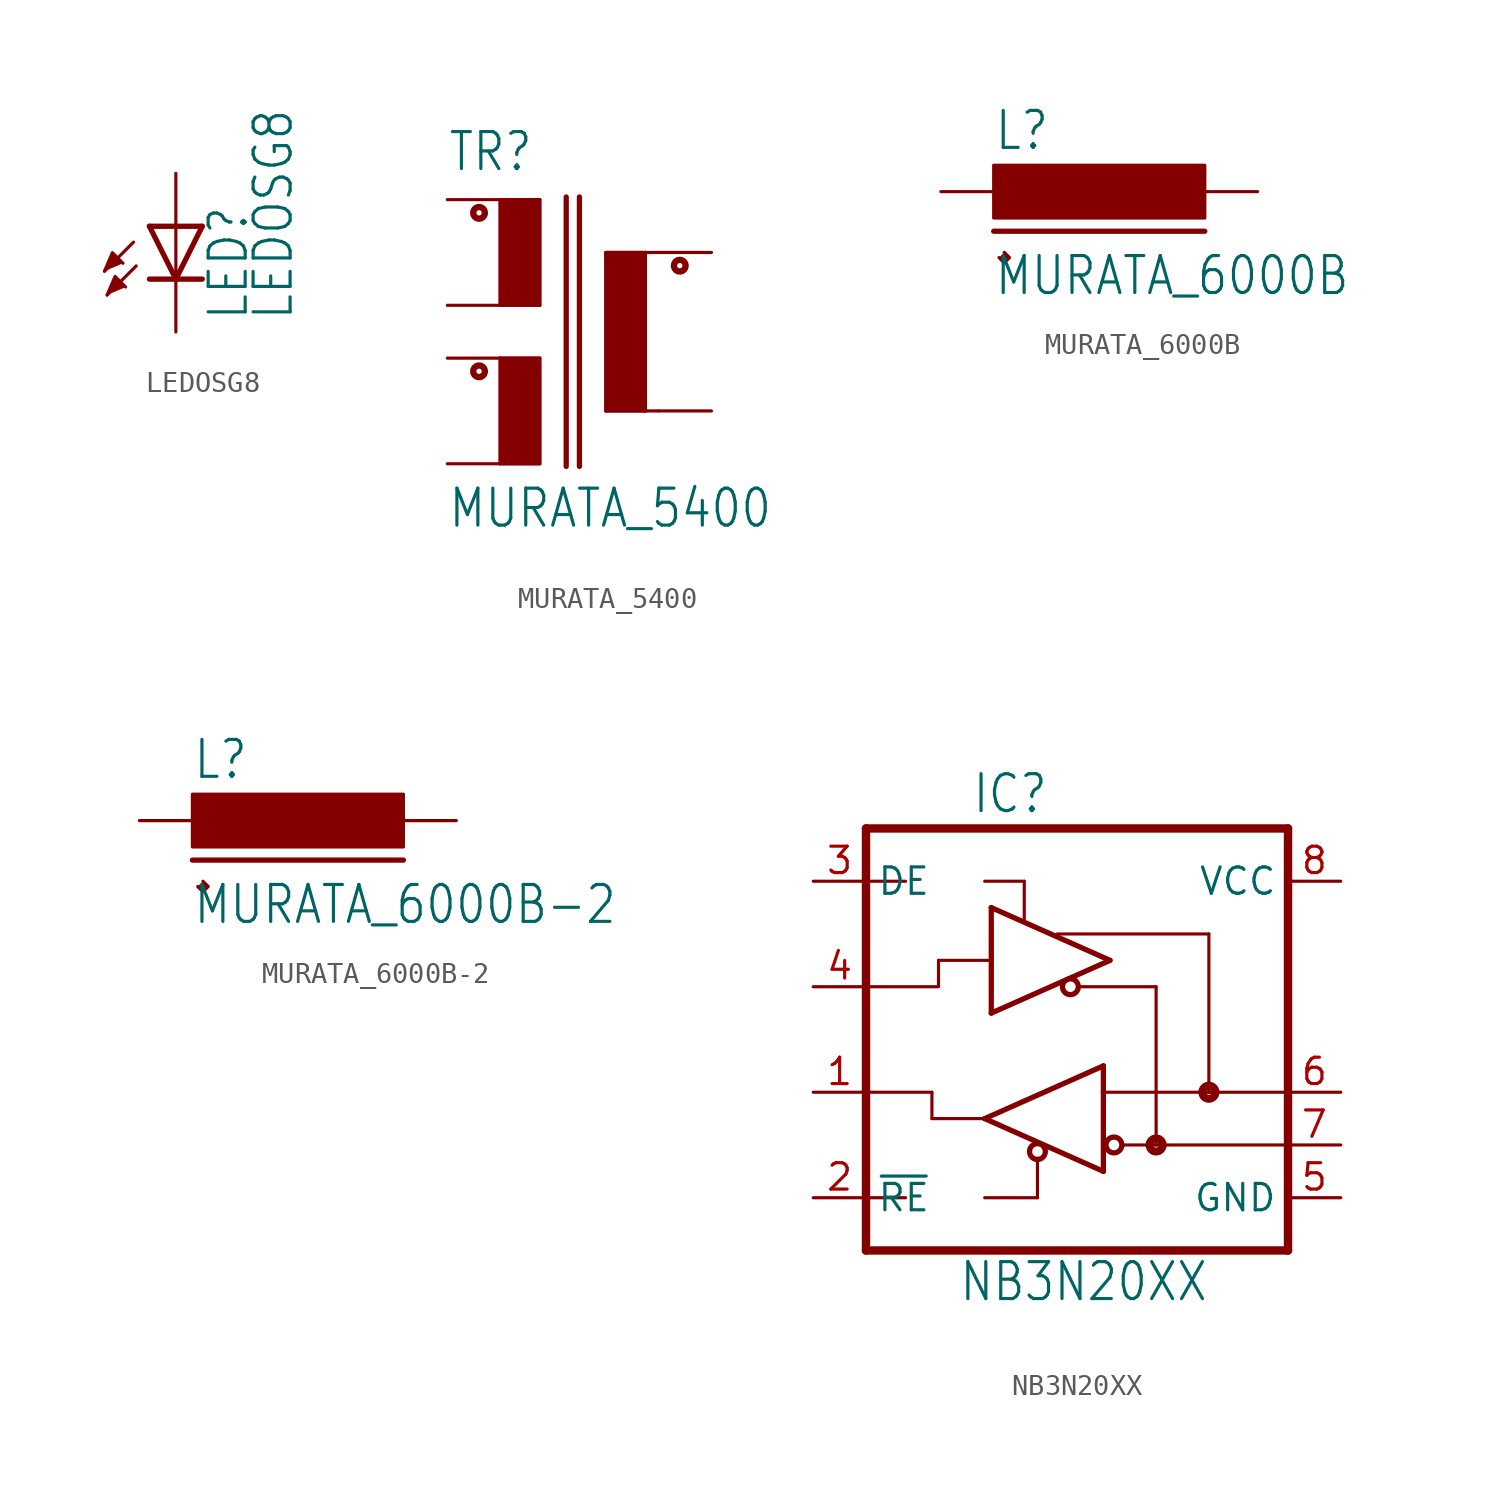
<source format=kicad_sym>
(kicad_symbol_lib
  (version 20211014)
  (generator kicad_symbol_editor)
  (symbol "LEDOSG8"
    (property "Reference" "LED"
      (at 3.556 -2.032 90)
      (effects (font (size 1.778 1.511)) (justify left bottom)))
    (property "Value" "LEDOSG8"
      (at 5.715 -2.032 90)
      (effects (font (size 1.778 1.511)) (justify left bottom)))
    (property "ki_locked" ""
      (at 0 0 0)
      (effects (font (size 1.27 1.27))))
    (symbol "LEDOSG8_1_0"
      (polyline (pts (xy -2.032 1.778) (xy -3.429 0.381)) (stroke (width 0.152) (type default) (color 0 0 0 0)) (fill (type none)))
      (polyline (pts (xy -1.905 0.635) (xy -3.302 -0.762)) (stroke (width 0.152) (type default) (color 0 0 0 0)) (fill (type none)))
      (polyline (pts (xy 0 0) (xy -1.27 0)) (stroke (width 0.254) (type default) (color 0 0 0 0)) (fill (type none)))
      (polyline (pts (xy 0 0) (xy -1.27 2.54)) (stroke (width 0.254) (type default) (color 0 0 0 0)) (fill (type none)))
      (polyline (pts (xy 0 2.54) (xy -1.27 2.54)) (stroke (width 0.254) (type default) (color 0 0 0 0)) (fill (type none)))
      (polyline (pts (xy 0 2.54) (xy 0 0)) (stroke (width 0.152) (type default) (color 0 0 0 0)) (fill (type none)))
      (polyline (pts (xy 1.27 0) (xy 0 0)) (stroke (width 0.254) (type default) (color 0 0 0 0)) (fill (type none)))
      (polyline (pts (xy 1.27 2.54) (xy 0 0)) (stroke (width 0.254) (type default) (color 0 0 0 0)) (fill (type none)))
      (polyline (pts (xy 1.27 2.54) (xy 0 2.54)) (stroke (width 0.254) (type default) (color 0 0 0 0)) (fill (type none)))
      (polyline (pts (xy -3.429 0.381) (xy -3.048 1.27) (xy -2.54 0.762)) (stroke (width 0) (type default) (color 0 0 0 0)) (fill (type outline)))
      (polyline (pts (xy -3.302 -0.762) (xy -2.921 0.127) (xy -2.413 -0.381)) (stroke (width 0) (type default) (color 0 0 0 0)) (fill (type outline)))
      (pin passive line (at 0 5.08 270) (length 2.54) (name "A" (effects (font (size 0 0)))) (number "A" (effects (font (size 0 0)))))
      (pin passive line (at 0 -2.54 90) (length 2.54) (name "C" (effects (font (size 0 0)))) (number "C" (effects (font (size 0 0)))))))
  (symbol "MURATA_5400"
    (property "Reference" "TR"
      (at -5.08 6.35 0)
      (effects (font (size 1.778 1.511)) (justify left bottom)))
    (property "Value" "MURATA_5400"
      (at -5.08 -10.795 0)
      (effects (font (size 1.778 1.511)) (justify left bottom)))
    (property "ki_locked" ""
      (at 0 0 0)
      (effects (font (size 1.27 1.27))))
    (symbol "MURATA_5400_1_0"
      (circle (center -3.556 -3.175) (radius 0.127) (stroke (width 0.305) (type default) (color 0 0 0 0)) (fill (type none)))
      (circle (center -3.556 4.445) (radius 0.127) (stroke (width 0.305) (type default) (color 0 0 0 0)) (fill (type none)))
      (rectangle (start -0.635 -2.54) (end -2.54 -7.62) (stroke (width 0) (type default) (color 0 0 0 0)) (fill (type outline)))
      (rectangle (start -0.635 5.08) (end -2.54 0) (stroke (width 0) (type default) (color 0 0 0 0)) (fill (type outline)))
      (polyline (pts (xy -2.54 -7.62) (xy -2.54 -2.54)) (stroke (width 0.152) (type default) (color 0 0 0 0)) (fill (type none)))
      (polyline (pts (xy -2.54 -7.62) (xy -0.635 -7.62)) (stroke (width 0.152) (type default) (color 0 0 0 0)) (fill (type none)))
      (polyline (pts (xy -2.54 0) (xy -2.54 5.08)) (stroke (width 0.152) (type default) (color 0 0 0 0)) (fill (type none)))
      (polyline (pts (xy -2.54 0) (xy -0.635 0)) (stroke (width 0.152) (type default) (color 0 0 0 0)) (fill (type none)))
      (polyline (pts (xy -0.635 -7.62) (xy -0.635 -2.54)) (stroke (width 0.152) (type default) (color 0 0 0 0)) (fill (type none)))
      (polyline (pts (xy -0.635 -2.54) (xy -2.54 -2.54)) (stroke (width 0.152) (type default) (color 0 0 0 0)) (fill (type none)))
      (polyline (pts (xy -0.635 0) (xy -0.635 5.08)) (stroke (width 0.152) (type default) (color 0 0 0 0)) (fill (type none)))
      (polyline (pts (xy -0.635 5.08) (xy -2.54 5.08)) (stroke (width 0.152) (type default) (color 0 0 0 0)) (fill (type none)))
      (polyline (pts (xy 0.635 -7.747) (xy 0.635 5.207)) (stroke (width 0.254) (type default) (color 0 0 0 0)) (fill (type none)))
      (polyline (pts (xy 1.27 -7.747) (xy 1.27 5.207)) (stroke (width 0.254) (type default) (color 0 0 0 0)) (fill (type none)))
      (polyline (pts (xy 2.54 -5.08) (xy 2.54 2.54)) (stroke (width 0.152) (type default) (color 0 0 0 0)) (fill (type none)))
      (polyline (pts (xy 2.54 2.54) (xy 4.445 2.54)) (stroke (width 0.152) (type default) (color 0 0 0 0)) (fill (type none)))
      (polyline (pts (xy 4.445 -5.08) (xy 2.54 -5.08)) (stroke (width 0.152) (type default) (color 0 0 0 0)) (fill (type none)))
      (polyline (pts (xy 4.445 -5.08) (xy 4.445 2.54)) (stroke (width 0.152) (type default) (color 0 0 0 0)) (fill (type none)))
      (polyline (pts (xy 4.445 2.54) (xy 5.08 2.54)) (stroke (width 0.152) (type default) (color 0 0 0 0)) (fill (type none)))
      (polyline (pts (xy 5.08 -5.08) (xy 4.445 -5.08)) (stroke (width 0.152) (type default) (color 0 0 0 0)) (fill (type none)))
      (rectangle (start 4.445 2.54) (end 2.54 -5.08) (stroke (width 0) (type default) (color 0 0 0 0)) (fill (type outline)))
      (circle (center 6.096 1.905) (radius 0.127) (stroke (width 0.305) (type default) (color 0 0 0 0)) (fill (type none)))
      (pin passive line (at -5.08 5.08 0) (length 2.54) (name "P1_DOT" (effects (font (size 0 0)))) (number "1" (effects (font (size 0 0)))))
      (pin passive line (at -5.08 -2.54 0) (length 2.54) (name "P2_DOT" (effects (font (size 0 0)))) (number "2" (effects (font (size 0 0)))))
      (pin passive line (at 7.62 2.54 180) (length 2.54) (name "S_DOT" (effects (font (size 0 0)))) (number "3" (effects (font (size 0 0)))))
      (pin passive line (at 7.62 -5.08 180) (length 2.54) (name "S" (effects (font (size 0 0)))) (number "4" (effects (font (size 0 0)))))
      (pin passive line (at -5.08 -7.62 0) (length 2.54) (name "P2" (effects (font (size 0 0)))) (number "5" (effects (font (size 0 0)))))
      (pin passive line (at -5.08 0 0) (length 2.54) (name "P1" (effects (font (size 0 0)))) (number "6" (effects (font (size 0 0)))))))
  (symbol "MURATA_6000B"
    (property "Reference" "L"
      (at -5.08 1.905 0)
      (effects (font (size 1.778 1.511)) (justify left bottom)))
    (property "Value" "MURATA_6000B"
      (at -5.08 -5.08 0)
      (effects (font (size 1.778 1.511)) (justify left bottom)))
    (property "ki_locked" ""
      (at 0 0 0)
      (effects (font (size 1.27 1.27))))
    (symbol "MURATA_6000B_1_0"
      (rectangle (start -5.08 -1.27) (end 5.08 1.27) (stroke (width 0) (type default) (color 0 0 0 0)) (fill (type outline)))
      (polyline (pts (xy -5.08 -1.905) (xy 5.08 -1.905)) (stroke (width 0.254) (type default) (color 0 0 0 0)) (fill (type none)))
      (polyline (pts (xy -4.826 -3.175) (xy -4.572 -3.429) (xy -4.318 -3.175) (xy -4.572 -2.921)) (stroke (width 0) (type default) (color 0 0 0 0)) (fill (type outline)))
      (pin bidirectional line (at 7.62 0 180) (length 2.54) (name "P$1" (effects (font (size 0 0)))) (number "1" (effects (font (size 0 0)))))
      (pin bidirectional line (at -7.62 0 0) (length 2.54) (name "P$2" (effects (font (size 0 0)))) (number "2" (effects (font (size 0 0)))))))
  (symbol "MURATA_6000B-2"
    (property "Reference" "L"
      (at -5.08 1.905 0)
      (effects (font (size 1.778 1.511)) (justify left bottom)))
    (property "Value" "MURATA_6000B-2"
      (at -5.08 -5.08 0)
      (effects (font (size 1.778 1.511)) (justify left bottom)))
    (property "ki_locked" ""
      (at 0 0 0)
      (effects (font (size 1.27 1.27))))
    (symbol "MURATA_6000B-2_1_0"
      (rectangle (start -5.08 -1.27) (end 5.08 1.27) (stroke (width 0) (type default) (color 0 0 0 0)) (fill (type outline)))
      (polyline (pts (xy -5.08 -1.905) (xy 5.08 -1.905)) (stroke (width 0.254) (type default) (color 0 0 0 0)) (fill (type none)))
      (polyline (pts (xy -4.826 -3.175) (xy -4.572 -3.429) (xy -4.318 -3.175) (xy -4.572 -2.921)) (stroke (width 0) (type default) (color 0 0 0 0)) (fill (type outline)))
      (pin bidirectional line (at 7.62 0 180) (length 2.54) (name "P$1" (effects (font (size 0 0)))) (number "1" (effects (font (size 0 0)))))
      (pin bidirectional line (at 7.62 0 180) (length 2.54) (name "P$1" (effects (font (size 0 0)))) (number "1.1" (effects (font (size 0 0)))))
      (pin bidirectional line (at -7.62 0 0) (length 2.54) (name "P$2" (effects (font (size 0 0)))) (number "2" (effects (font (size 0 0)))))
      (pin bidirectional line (at -7.62 0 0) (length 2.54) (name "P$2" (effects (font (size 0 0)))) (number "2.1" (effects (font (size 0 0)))))))
  (symbol "NB3N20XX"
    (property "Reference" "IC"
      (at -5.08 10.795 0)
      (effects (font (size 1.778 1.511)) (justify left bottom)))
    (property "Value" "NB3N20XX"
      (at -5.715 -12.7 0)
      (effects (font (size 1.778 1.511)) (justify left bottom)))
    (property "ki_locked" ""
      (at 0 0 0)
      (effects (font (size 1.27 1.27))))
    (symbol "NB3N20XX_1_0"
      (circle (center -1.905 -5.397) (radius 0.381) (stroke (width 0.254) (type default) (color 0 0 0 0)) (fill (type none)))
      (circle (center -0.318 2.54) (radius 0.381) (stroke (width 0.254) (type default) (color 0 0 0 0)) (fill (type none)))
      (polyline (pts (xy -10.16 -7.62) (xy -10.16 -10.16)) (stroke (width 0.406) (type default) (color 0 0 0 0)) (fill (type none)))
      (polyline (pts (xy -10.16 -7.62) (xy -8.255 -7.62)) (stroke (width 0.152) (type default) (color 0 0 0 0)) (fill (type none)))
      (polyline (pts (xy -10.16 -2.54) (xy -10.16 -7.62)) (stroke (width 0.406) (type default) (color 0 0 0 0)) (fill (type none)))
      (polyline (pts (xy -10.16 2.54) (xy -6.731 2.54)) (stroke (width 0.152) (type default) (color 0 0 0 0)) (fill (type none)))
      (polyline (pts (xy -10.16 7.62) (xy -10.16 -2.54)) (stroke (width 0.406) (type default) (color 0 0 0 0)) (fill (type none)))
      (polyline (pts (xy -10.16 7.62) (xy -8.255 7.62)) (stroke (width 0.152) (type default) (color 0 0 0 0)) (fill (type none)))
      (polyline (pts (xy -10.16 10.16) (xy -10.16 7.62)) (stroke (width 0.406) (type default) (color 0 0 0 0)) (fill (type none)))
      (polyline (pts (xy -6.985 -3.81) (xy -4.445 -3.81)) (stroke (width 0.152) (type default) (color 0 0 0 0)) (fill (type none)))
      (polyline (pts (xy -6.985 -2.54) (xy -10.16 -2.54)) (stroke (width 0.152) (type default) (color 0 0 0 0)) (fill (type none)))
      (polyline (pts (xy -6.985 -2.54) (xy -6.985 -3.81)) (stroke (width 0.152) (type default) (color 0 0 0 0)) (fill (type none)))
      (polyline (pts (xy -6.668 3.81) (xy -6.668 2.54)) (stroke (width 0.152) (type default) (color 0 0 0 0)) (fill (type none)))
      (polyline (pts (xy -6.668 3.81) (xy -4.128 3.81)) (stroke (width 0.152) (type default) (color 0 0 0 0)) (fill (type none)))
      (polyline (pts (xy -4.445 -7.62) (xy -1.905 -7.62)) (stroke (width 0.152) (type default) (color 0 0 0 0)) (fill (type none)))
      (polyline (pts (xy -4.445 -3.81) (xy 1.27 -1.27)) (stroke (width 0.254) (type default) (color 0 0 0 0)) (fill (type none)))
      (polyline (pts (xy -4.445 7.62) (xy -2.54 7.62)) (stroke (width 0.152) (type default) (color 0 0 0 0)) (fill (type none)))
      (polyline (pts (xy -4.128 1.27) (xy -4.128 3.81)) (stroke (width 0.254) (type default) (color 0 0 0 0)) (fill (type none)))
      (polyline (pts (xy -4.128 3.81) (xy -4.128 6.35)) (stroke (width 0.254) (type default) (color 0 0 0 0)) (fill (type none)))
      (polyline (pts (xy -4.128 6.35) (xy 1.587 3.81)) (stroke (width 0.254) (type default) (color 0 0 0 0)) (fill (type none)))
      (polyline (pts (xy -2.54 7.62) (xy -2.54 5.715)) (stroke (width 0.152) (type default) (color 0 0 0 0)) (fill (type none)))
      (polyline (pts (xy -1.905 -5.715) (xy -1.905 -7.62)) (stroke (width 0.152) (type default) (color 0 0 0 0)) (fill (type none)))
      (polyline (pts (xy 1.27 -6.35) (xy -4.445 -3.81)) (stroke (width 0.254) (type default) (color 0 0 0 0)) (fill (type none)))
      (polyline (pts (xy 1.27 -2.54) (xy 1.27 -6.35)) (stroke (width 0.254) (type default) (color 0 0 0 0)) (fill (type none)))
      (polyline (pts (xy 1.27 -1.27) (xy 1.27 -2.54)) (stroke (width 0.254) (type default) (color 0 0 0 0)) (fill (type none)))
      (polyline (pts (xy 1.587 3.81) (xy -4.128 1.27)) (stroke (width 0.254) (type default) (color 0 0 0 0)) (fill (type none)))
      (polyline (pts (xy 3.81 -5.08) (xy 2.286 -5.08)) (stroke (width 0.152) (type default) (color 0 0 0 0)) (fill (type none)))
      (polyline (pts (xy 3.81 2.54) (xy 0.064 2.54)) (stroke (width 0.152) (type default) (color 0 0 0 0)) (fill (type none)))
      (polyline (pts (xy 3.81 2.54) (xy 3.81 -5.08)) (stroke (width 0.152) (type default) (color 0 0 0 0)) (fill (type none)))
      (polyline (pts (xy 6.35 -2.54) (xy 1.27 -2.54)) (stroke (width 0.152) (type default) (color 0 0 0 0)) (fill (type none)))
      (polyline (pts (xy 6.35 5.08) (xy -0.953 5.08)) (stroke (width 0.152) (type default) (color 0 0 0 0)) (fill (type none)))
      (polyline (pts (xy 6.35 5.08) (xy 6.35 -2.54)) (stroke (width 0.152) (type default) (color 0 0 0 0)) (fill (type none)))
      (polyline (pts (xy 10.16 -10.16) (xy -10.16 -10.16)) (stroke (width 0.406) (type default) (color 0 0 0 0)) (fill (type none)))
      (polyline (pts (xy 10.16 -5.08) (xy 3.81 -5.08)) (stroke (width 0.152) (type default) (color 0 0 0 0)) (fill (type none)))
      (polyline (pts (xy 10.16 -5.08) (xy 10.16 -10.16)) (stroke (width 0.406) (type default) (color 0 0 0 0)) (fill (type none)))
      (polyline (pts (xy 10.16 -2.54) (xy 6.35 -2.54)) (stroke (width 0.152) (type default) (color 0 0 0 0)) (fill (type none)))
      (polyline (pts (xy 10.16 -2.54) (xy 10.16 -5.08)) (stroke (width 0.406) (type default) (color 0 0 0 0)) (fill (type none)))
      (polyline (pts (xy 10.16 10.16) (xy -10.16 10.16)) (stroke (width 0.406) (type default) (color 0 0 0 0)) (fill (type none)))
      (polyline (pts (xy 10.16 10.16) (xy 10.16 -2.54)) (stroke (width 0.406) (type default) (color 0 0 0 0)) (fill (type none)))
      (circle (center 1.778 -5.08) (radius 0.381) (stroke (width 0.254) (type default) (color 0 0 0 0)) (fill (type none)))
      (circle (center 3.81 -5.08) (radius 0.127) (stroke (width 0.381) (type default) (color 0 0 0 0)) (fill (type none)))
      (circle (center 6.35 -2.54) (radius 0.127) (stroke (width 0.381) (type default) (color 0 0 0 0)) (fill (type none)))
      (pin output line (at -12.7 -2.54 0) (length 2.54) (name "ROUT" (effects (font (size 0 0)))) (number "1" (effects (font (size 1.27 1.27)))))
      (pin input line (at -12.7 -7.62 0) (length 2.54) (name "~{RE}" (effects (font (size 1.27 1.27)))) (number "2" (effects (font (size 1.27 1.27)))))
      (pin input line (at -12.7 7.62 0) (length 2.54) (name "DE" (effects (font (size 1.27 1.27)))) (number "3" (effects (font (size 1.27 1.27)))))
      (pin input line (at -12.7 2.54 0) (length 2.54) (name "DIN" (effects (font (size 0 0)))) (number "4" (effects (font (size 1.27 1.27)))))
      (pin passive line (at 12.7 -7.62 180) (length 2.54) (name "GND" (effects (font (size 1.27 1.27)))) (number "5" (effects (font (size 1.27 1.27)))))
      (pin input line (at 12.7 -2.54 180) (length 2.54) (name "A+" (effects (font (size 0 0)))) (number "6" (effects (font (size 1.27 1.27)))))
      (pin input line (at 12.7 -5.08 180) (length 2.54) (name "B-" (effects (font (size 0 0)))) (number "7" (effects (font (size 1.27 1.27)))))
      (pin passive line (at 12.7 7.62 180) (length 2.54) (name "VCC" (effects (font (size 1.27 1.27)))) (number "8" (effects (font (size 1.27 1.27))))))))
</source>
